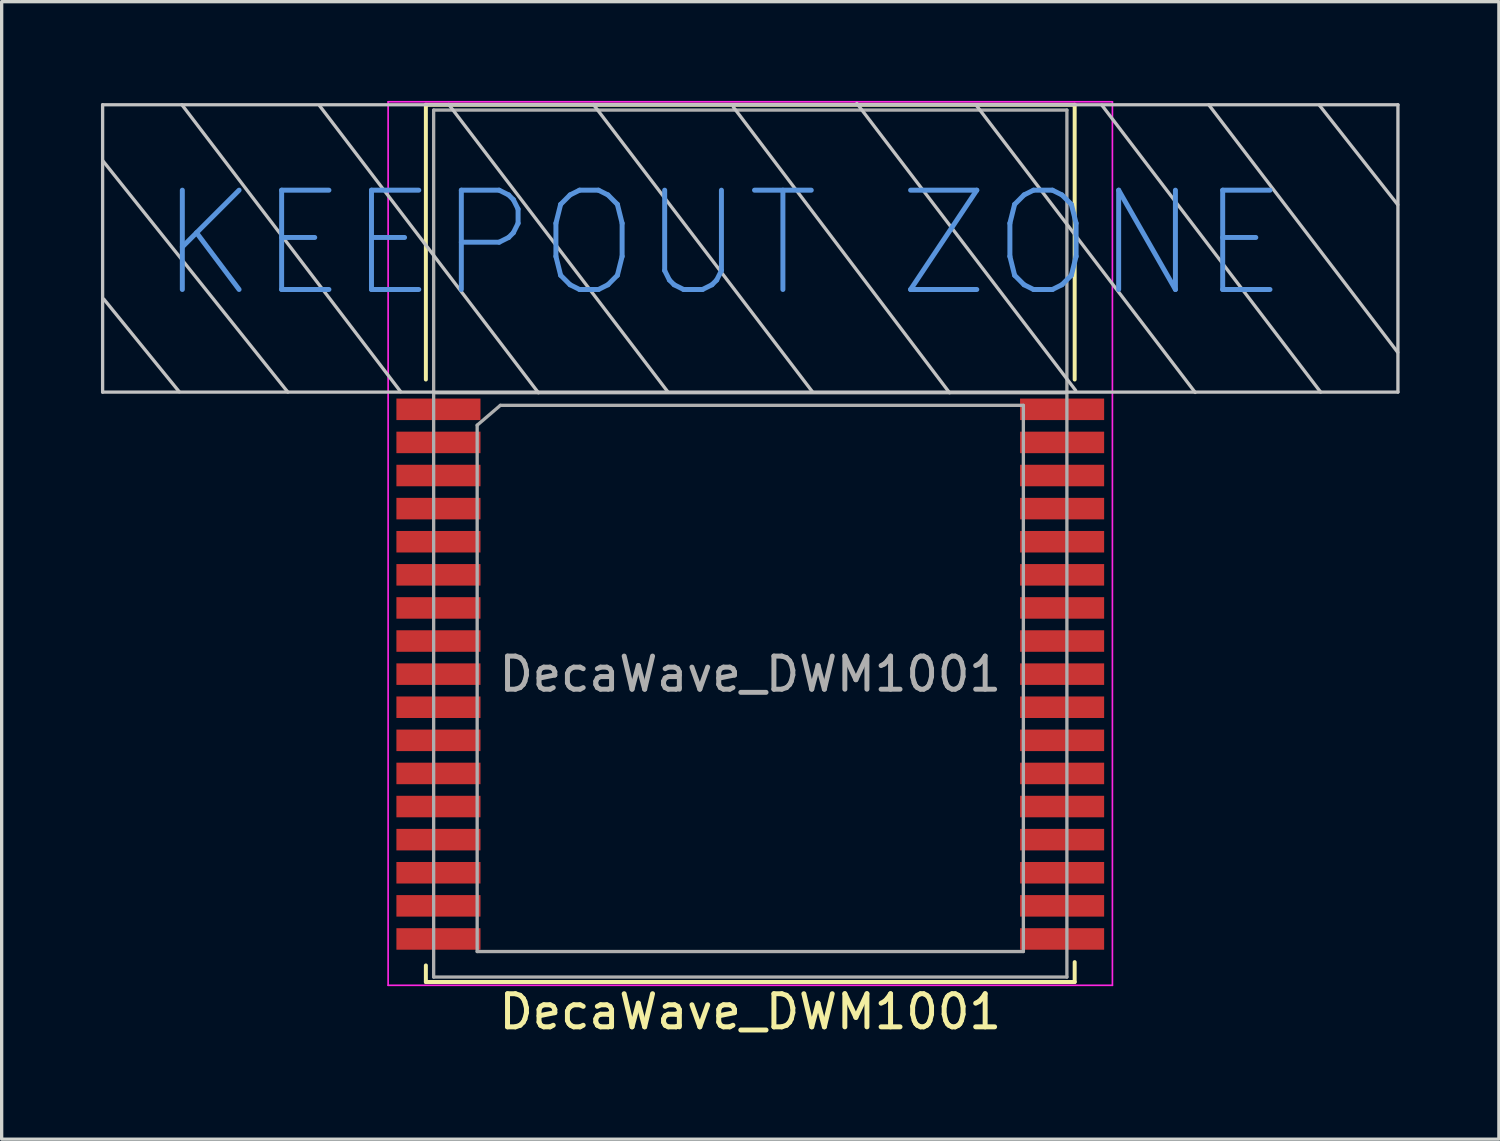
<source format=kicad_pcb>
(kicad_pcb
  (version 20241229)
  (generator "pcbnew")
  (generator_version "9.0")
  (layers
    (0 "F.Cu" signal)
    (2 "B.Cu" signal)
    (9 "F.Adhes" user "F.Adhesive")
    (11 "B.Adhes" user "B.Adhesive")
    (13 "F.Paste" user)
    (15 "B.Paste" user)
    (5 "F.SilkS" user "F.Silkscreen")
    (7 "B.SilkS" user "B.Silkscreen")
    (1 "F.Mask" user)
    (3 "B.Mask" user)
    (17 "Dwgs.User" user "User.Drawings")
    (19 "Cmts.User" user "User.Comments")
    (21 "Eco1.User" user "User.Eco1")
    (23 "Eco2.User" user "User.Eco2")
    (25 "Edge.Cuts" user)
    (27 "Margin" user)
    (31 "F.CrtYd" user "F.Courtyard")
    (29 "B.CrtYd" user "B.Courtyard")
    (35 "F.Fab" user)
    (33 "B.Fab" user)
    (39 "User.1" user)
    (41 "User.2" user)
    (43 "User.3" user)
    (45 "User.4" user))
  (footprint "DecaWave_DWM1001"
    (layer "F.Cu")
    (at 19.615 17.315)
    (property "Reference" "DecaWave_DWM1001" (at 0 10.2 0) (layer "F.SilkS") (effects (font (size 1 1) (thickness 0.15))))
    (attr smd)
    (fp_line (start -9.8 -17.2) (end 9.8 -17.2) (stroke (width 0.12) (type solid)) (layer "F.SilkS"))
    (fp_line (start -9.8 -8.9) (end -9.8 -17.2) (stroke (width 0.12) (type solid)) (layer "F.SilkS"))
    (fp_line (start -9.8 8.8) (end -9.8 9.3) (stroke (width 0.12) (type solid)) (layer "F.SilkS"))
    (fp_line (start -9.8 9.3) (end 9.8 9.3) (stroke (width 0.12) (type solid)) (layer "F.SilkS"))
    (fp_line (start 9.8 -17.2) (end 9.8 -8.9) (stroke (width 0.12) (type solid)) (layer "F.SilkS"))
    (fp_line (start 9.8 9.3) (end 9.8 8.7) (stroke (width 0.12) (type solid)) (layer "F.SilkS"))
    (fp_line (start -19.565 -17.2) (end -19.565 -8.52) (stroke (width 0.1) (type solid)) (layer "Dwgs.User"))
    (fp_line (start -19.565 -8.52) (end 19.565 -8.52) (stroke (width 0.1) (type solid)) (layer "Dwgs.User"))
    (fp_line (start -19.56 -15.51) (end -13.97 -8.52) (stroke (width 0.1) (type solid)) (layer "Dwgs.User"))
    (fp_line (start -19.53 -11.33) (end -17.25 -8.53) (stroke (width 0.1) (type solid)) (layer "Dwgs.User"))
    (fp_line (start -17.17 -17.2) (end -10.56 -8.53) (stroke (width 0.1) (type solid)) (layer "Dwgs.User"))
    (fp_line (start -13.01 -17.17) (end -6.4 -8.5) (stroke (width 0.1) (type solid)) (layer "Dwgs.User"))
    (fp_line (start -9.11 -17.21) (end -2.5 -8.54) (stroke (width 0.1) (type solid)) (layer "Dwgs.User"))
    (fp_line (start -4.74 -17.21) (end 1.87 -8.54) (stroke (width 0.1) (type solid)) (layer "Dwgs.User"))
    (fp_line (start -0.51 -17.13) (end 6.02 -8.5) (stroke (width 0.1) (type solid)) (layer "Dwgs.User"))
    (fp_line (start 3.22 -17.24) (end 9.83 -8.57) (stroke (width 0.1) (type solid)) (layer "Dwgs.User"))
    (fp_line (start 6.83 -17.18) (end 13.44 -8.51) (stroke (width 0.1) (type solid)) (layer "Dwgs.User"))
    (fp_line (start 10.62 -17.19) (end 17.23 -8.52) (stroke (width 0.1) (type solid)) (layer "Dwgs.User"))
    (fp_line (start 13.85 -17.2) (end 19.56 -9.72) (stroke (width 0.1) (type solid)) (layer "Dwgs.User"))
    (fp_line (start 17.19 -17.19) (end 19.56 -14.18) (stroke (width 0.1) (type solid)) (layer "Dwgs.User"))
    (fp_line (start 19.565 -17.2) (end -19.565 -17.2) (stroke (width 0.1) (type solid)) (layer "Dwgs.User"))
    (fp_line (start 19.565 -8.52) (end 19.565 -17.2) (stroke (width 0.1) (type solid)) (layer "Dwgs.User"))
    (fp_line (start -10.94 -17.29) (end -10.94 9.4) (stroke (width 0.05) (type solid)) (layer "F.CrtYd"))
    (fp_line (start -10.94 9.4) (end 10.94 9.4) (stroke (width 0.05) (type solid)) (layer "F.CrtYd"))
    (fp_line (start 10.94 -17.29) (end -10.94 -17.29) (stroke (width 0.05) (type solid)) (layer "F.CrtYd"))
    (fp_line (start 10.94 -17.29) (end 10.94 9.4) (stroke (width 0.05) (type solid)) (layer "F.CrtYd"))
    (fp_line (start -9.565 -17.04) (end -9.565 9.15) (stroke (width 0.1) (type solid)) (layer "F.Fab"))
    (fp_line (start -9.565 -8.5) (end 9.565 -8.5) (stroke (width 0.1) (type solid)) (layer "F.Fab"))
    (fp_line (start -9.565 9.15) (end 9.565 9.15) (stroke (width 0.1) (type solid)) (layer "F.Fab"))
    (fp_line (start -8.25 8.38) (end -8.25 -7.52) (stroke (width 0.1) (type solid)) (layer "F.Fab"))
    (fp_line (start -8.25 8.38) (end 8.25 8.38) (stroke (width 0.1) (type solid)) (layer "F.Fab"))
    (fp_line (start -7.55 -8.12) (end -8.25 -7.52) (stroke (width 0.1) (type solid)) (layer "F.Fab"))
    (fp_line (start -7.55 -8.12) (end 8.25 -8.12) (stroke (width 0.1) (type solid)) (layer "F.Fab"))
    (fp_line (start 8.25 8.38) (end 8.25 -8.12) (stroke (width 0.1) (type solid)) (layer "F.Fab"))
    (fp_line (start 9.565 -17.04) (end -9.565 -17.04) (stroke (width 0.1) (type solid)) (layer "F.Fab"))
    (fp_line (start 9.565 -17.04) (end 9.565 9.15) (stroke (width 0.1) (type solid)) (layer "F.Fab"))
    (fp_text user "KEEPOUT ZONE" (at -0.8 -13 0) (layer "Cmts.User") (effects (font (size 3 3) (thickness 0.15))))
    (fp_text user "" (at 0.057 -4.567 0) (layer "F.Fab") (effects (font (size 1 1) (thickness 0.15))))
    (fp_text user "${REFERENCE}" (at 0 0 0) (layer "F.Fab") (effects (font (size 1 1) (thickness 0.15))))
    (pad "1" smd rect (at -9.42 -8) (size 2.54 0.65) (layers "F.Cu" "F.Mask" "F.Paste"))
    (pad "2" smd rect (at -9.42 -7) (size 2.54 0.65) (layers "F.Cu" "F.Mask" "F.Paste"))
    (pad "3" smd rect (at -9.42 -6) (size 2.54 0.65) (layers "F.Cu" "F.Mask" "F.Paste"))
    (pad "4" smd rect (at -9.42 -5) (size 2.54 0.65) (layers "F.Cu" "F.Mask" "F.Paste"))
    (pad "5" smd rect (at -9.42 -4) (size 2.54 0.65) (layers "F.Cu" "F.Mask" "F.Paste"))
    (pad "6" smd rect (at -9.42 -3) (size 2.54 0.65) (layers "F.Cu" "F.Mask" "F.Paste"))
    (pad "7" smd rect (at -9.42 -2) (size 2.54 0.65) (layers "F.Cu" "F.Mask" "F.Paste"))
    (pad "8" smd rect (at -9.42 -1) (size 2.54 0.65) (layers "F.Cu" "F.Mask" "F.Paste"))
    (pad "9" smd rect (at -9.42 0) (size 2.54 0.65) (layers "F.Cu" "F.Mask" "F.Paste"))
    (pad "10" smd rect (at -9.42 1) (size 2.54 0.65) (layers "F.Cu" "F.Mask" "F.Paste"))
    (pad "11" smd rect (at -9.42 2) (size 2.54 0.65) (layers "F.Cu" "F.Mask" "F.Paste"))
    (pad "12" smd rect (at -9.42 3) (size 2.54 0.65) (layers "F.Cu" "F.Mask" "F.Paste"))
    (pad "13" smd rect (at -9.42 4) (size 2.54 0.65) (layers "F.Cu" "F.Mask" "F.Paste"))
    (pad "14" smd rect (at -9.42 5) (size 2.54 0.65) (layers "F.Cu" "F.Mask" "F.Paste"))
    (pad "15" smd rect (at -9.42 6) (size 2.54 0.65) (layers "F.Cu" "F.Mask" "F.Paste"))
    (pad "16" smd rect (at -9.42 7) (size 2.54 0.65) (layers "F.Cu" "F.Mask" "F.Paste"))
    (pad "17" smd rect (at -9.42 8) (size 2.54 0.65) (layers "F.Cu" "F.Mask" "F.Paste"))
    (pad "18" smd rect (at 9.42 8) (size 2.54 0.65) (layers "F.Cu" "F.Mask" "F.Paste"))
    (pad "19" smd rect (at 9.42 7) (size 2.54 0.65) (layers "F.Cu" "F.Mask" "F.Paste"))
    (pad "20" smd rect (at 9.42 6) (size 2.54 0.65) (layers "F.Cu" "F.Mask" "F.Paste"))
    (pad "21" smd rect (at 9.42 5) (size 2.54 0.65) (layers "F.Cu" "F.Mask" "F.Paste"))
    (pad "22" smd rect (at 9.42 4) (size 2.54 0.65) (layers "F.Cu" "F.Mask" "F.Paste"))
    (pad "23" smd rect (at 9.42 3) (size 2.54 0.65) (layers "F.Cu" "F.Mask" "F.Paste"))
    (pad "24" smd rect (at 9.42 2) (size 2.54 0.65) (layers "F.Cu" "F.Mask" "F.Paste"))
    (pad "25" smd rect (at 9.42 1) (size 2.54 0.65) (layers "F.Cu" "F.Mask" "F.Paste"))
    (pad "26" smd rect (at 9.42 0) (size 2.54 0.65) (layers "F.Cu" "F.Mask" "F.Paste"))
    (pad "27" smd rect (at 9.42 -1) (size 2.54 0.65) (layers "F.Cu" "F.Mask" "F.Paste"))
    (pad "28" smd rect (at 9.42 -2) (size 2.54 0.65) (layers "F.Cu" "F.Mask" "F.Paste"))
    (pad "29" smd rect (at 9.42 -3) (size 2.54 0.65) (layers "F.Cu" "F.Mask" "F.Paste"))
    (pad "30" smd rect (at 9.42 -4) (size 2.54 0.65) (layers "F.Cu" "F.Mask" "F.Paste"))
    (pad "31" smd rect (at 9.42 -5) (size 2.54 0.65) (layers "F.Cu" "F.Mask" "F.Paste"))
    (pad "32" smd rect (at 9.42 -6) (size 2.54 0.65) (layers "F.Cu" "F.Mask" "F.Paste"))
    (pad "33" smd rect (at 9.42 -7) (size 2.54 0.65) (layers "F.Cu" "F.Mask" "F.Paste"))
    (pad "34" smd rect (at 9.42 -8) (size 2.54 0.65) (layers "F.Cu" "F.Mask" "F.Paste")))
  (gr_rect
    (start -3 -3)
    (end 42.23 31.363)
    (stroke (width 0.1) (type default))
    (fill no)
    (layer "Edge.Cuts")))
</source>
